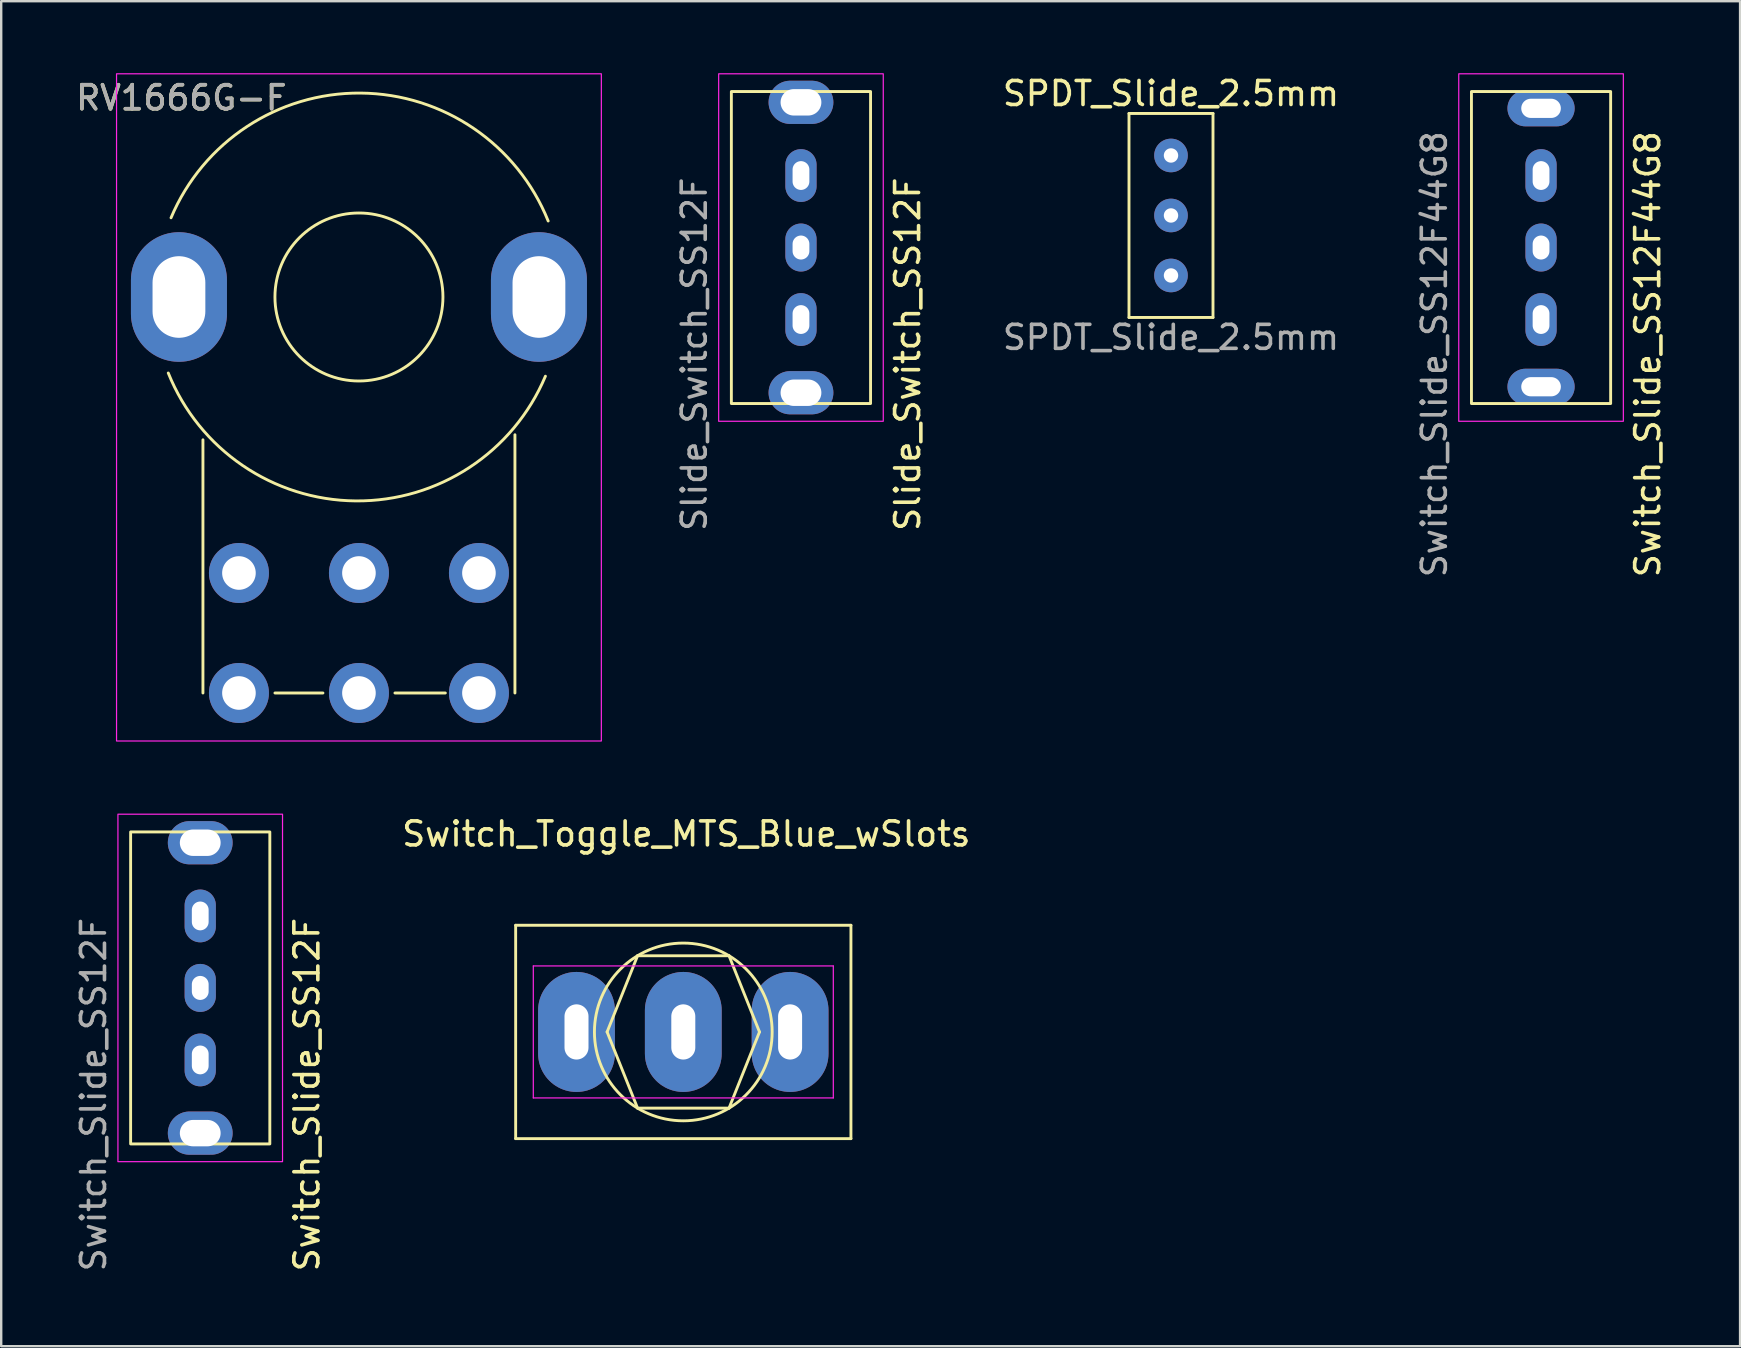
<source format=kicad_pcb>
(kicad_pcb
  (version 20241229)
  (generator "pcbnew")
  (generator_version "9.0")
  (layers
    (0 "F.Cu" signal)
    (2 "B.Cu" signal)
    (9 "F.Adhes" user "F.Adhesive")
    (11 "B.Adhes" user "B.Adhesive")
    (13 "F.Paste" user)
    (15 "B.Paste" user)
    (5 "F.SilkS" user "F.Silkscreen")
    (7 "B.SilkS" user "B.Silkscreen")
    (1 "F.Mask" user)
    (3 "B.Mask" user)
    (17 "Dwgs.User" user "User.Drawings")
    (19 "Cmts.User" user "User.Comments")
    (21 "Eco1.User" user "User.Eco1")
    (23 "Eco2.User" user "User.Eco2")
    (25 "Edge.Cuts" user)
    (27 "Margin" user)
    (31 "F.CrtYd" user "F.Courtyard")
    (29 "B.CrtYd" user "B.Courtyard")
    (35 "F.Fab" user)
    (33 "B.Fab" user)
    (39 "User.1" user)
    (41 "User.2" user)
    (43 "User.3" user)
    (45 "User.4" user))
  (footprint "Switch_Slide_SS12F"
    (layer "F.Cu")
    (at 5.293 38.114)
    (property "Reference" "Switch_Slide_SS12F" (at 4.445 4.445 90) (unlocked yes) (layer "F.SilkS") (effects (font (size 1 1) (thickness 0.15))))
    (attr through_hole)
    (fp_rect (start 2.9 6.5) (end -2.9 -6.5) (stroke (width 0.12) (type solid)) (fill no) (layer "F.SilkS"))
    (fp_rect (start -3.429 -7.239) (end 3.429 7.239) (stroke (width 0.05) (type solid)) (fill no) (layer "F.CrtYd"))
    (fp_text user "${REFERENCE}" (at -4.445 4.445 90) (unlocked yes) (layer "F.Fab") (effects (font (size 1 1) (thickness 0.15))))
    (pad "" np_thru_hole oval (at 0 -6.05) (size 2.7 1.8) (drill oval 1.7 1.1) (layers "*.Cu" "*.Mask"))
    (pad "" np_thru_hole oval (at 0 6.05) (size 2.7 1.8) (drill oval 1.7 1.1) (layers "*.Cu" "*.Mask"))
    (pad "1" thru_hole oval (at 0 -3) (size 1.3 2.2) (drill oval 0.7 1.2) (layers "*.Cu" "*.Mask"))
    (pad "2" thru_hole oval (at 0 0) (size 1.3 2) (drill oval 0.7 1) (layers "*.Cu" "*.Mask"))
    (pad "3" thru_hole oval (at 0 3) (size 1.3 2.2) (drill oval 0.7 1.2) (layers "*.Cu" "*.Mask")))
  (footprint "SPDT_Slide_2.5mm"
    (layer "F.Cu")
    (at 45.742 5.928)
    (property "Reference" "SPDT_Slide_2.5mm" (at 0 -5.08 0) (unlocked yes) (layer "F.SilkS") (effects (font (size 1 1) (thickness 0.15))))
    (attr through_hole)
    (fp_line (start -1.75 -4.25) (end 1.75 -4.25) (stroke (width 0.12) (type solid)) (layer "F.SilkS"))
    (fp_line (start -1.75 4.25) (end -1.75 -4.25) (stroke (width 0.12) (type solid)) (layer "F.SilkS"))
    (fp_line (start -1.75 4.25) (end 1.75 4.25) (stroke (width 0.12) (type solid)) (layer "F.SilkS"))
    (fp_line (start 1.75 4.25) (end 1.75 -4.25) (stroke (width 0.12) (type solid)) (layer "F.SilkS"))
    (fp_text user "${REFERENCE}" (at 0 5.08 0) (unlocked yes) (layer "F.Fab") (effects (font (size 1 1) (thickness 0.15))))
    (pad "1" thru_hole circle (at 0 -2.5) (size 1.4 1.4) (drill 0.6) (layers "*.Cu" "*.Mask"))
    (pad "2" thru_hole circle (at 0 0) (size 1.4 1.4) (drill 0.6) (layers "*.Cu" "*.Mask"))
    (pad "3" thru_hole circle (at 0 2.5) (size 1.4 1.4) (drill 0.6) (layers "*.Cu" "*.Mask")))
  (footprint "Slide_Switch_SS12F"
    (layer "F.Cu")
    (at 30.324 7.264)
    (property "Reference" "Slide_Switch_SS12F" (at 4.445 4.445 90) (unlocked yes) (layer "F.SilkS") (effects (font (size 1 1) (thickness 0.15))))
    (attr through_hole)
    (fp_rect (start 2.9 6.5) (end -2.9 -6.5) (stroke (width 0.12) (type solid)) (fill no) (layer "F.SilkS"))
    (fp_rect (start -3.429 -7.239) (end 3.429 7.239) (stroke (width 0.05) (type solid)) (fill no) (layer "F.CrtYd"))
    (fp_text user "${REFERENCE}" (at -4.445 4.445 90) (unlocked yes) (layer "F.Fab") (effects (font (size 1 1) (thickness 0.15))))
    (pad "" np_thru_hole oval (at 0 -6.05) (size 2.7 1.8) (drill oval 1.7 1.1) (layers "*.Cu" "*.Mask"))
    (pad "" np_thru_hole oval (at 0 6.05) (size 2.7 1.8) (drill oval 1.7 1.1) (layers "*.Cu" "*.Mask"))
    (pad "1" thru_hole oval (at 0 -3) (size 1.3 2.2) (drill oval 0.7 1.2) (layers "*.Cu" "*.Mask"))
    (pad "2" thru_hole oval (at 0 0) (size 1.3 2) (drill oval 0.7 1) (layers "*.Cu" "*.Mask"))
    (pad "3" thru_hole oval (at 0 3) (size 1.3 2.2) (drill oval 0.7 1.2) (layers "*.Cu" "*.Mask")))
  (footprint "RV1666G-F"
    (layer "F.Cu")
    (at 11.906 9.325)
    (property "Reference" "RV1666G-F" (at -7.4 -8.3 0) (unlocked yes) (layer "F.SilkS") (effects (font (size 1 1) (thickness 0.15))))
    (attr through_hole)
    (fp_line (start -6.5 5.95) (end -6.5 16.5) (stroke (width 0.12) (type solid)) (layer "F.SilkS"))
    (fp_line (start -1.5 16.5) (end -3.5 16.5) (stroke (width 0.12) (type solid)) (layer "F.SilkS"))
    (fp_line (start 3.6 16.5) (end 1.5 16.5) (stroke (width 0.12) (type solid)) (layer "F.SilkS"))
    (fp_line (start 6.5 16.5) (end 6.5 5.74) (stroke (width 0.12) (type solid)) (layer "F.SilkS"))
    (fp_arc (start -7.829999 -3.3) (mid 0.072193 -8.496686) (end 7.884942 -3.166476) (stroke (width 0.12) (type solid)) (layer "F.SilkS"))
    (fp_arc (start 7.769999 3.3) (mid -0.132193 8.496686) (end -7.944942 3.166476) (stroke (width 0.12) (type solid)) (layer "F.SilkS"))
    (fp_circle (center 0 0) (end 2.8 -2.1) (stroke (width 0.12) (type solid)) (fill no) (layer "F.SilkS"))
    (fp_rect (start 10.1 18.5) (end -10.1 -9.3) (stroke (width 0.05) (type solid)) (fill no) (layer "F.CrtYd"))
    (fp_text user "${REFERENCE}" (at -7.4 -8.3 0) (unlocked yes) (layer "F.Fab") (effects (font (size 1 1) (thickness 0.15))))
    (pad "" np_thru_hole oval (at -7.5 0 90) (size 5.4 4) (drill oval 3.4 2.2) (layers "*.Cu" "*.Mask"))
    (pad "" np_thru_hole oval (at 7.5 0 90) (size 5.4 4) (drill oval 3.4 2.2) (layers "*.Cu" "*.Mask"))
    (pad "1" thru_hole circle (at 5 11.5) (size 2.5 2.5) (drill 1.4) (layers "*.Cu" "*.Mask"))
    (pad "2" thru_hole circle (at 0 11.5) (size 2.5 2.5) (drill 1.4) (layers "*.Cu" "*.Mask"))
    (pad "3" thru_hole circle (at -5 11.5) (size 2.5 2.5) (drill 1.4) (layers "*.Cu" "*.Mask"))
    (pad "4" thru_hole circle (at 5 16.5) (size 2.5 2.5) (drill 1.4) (layers "*.Cu" "*.Mask"))
    (pad "5" thru_hole circle (at 0 16.5) (size 2.5 2.5) (drill 1.4) (layers "*.Cu" "*.Mask"))
    (pad "6" thru_hole circle (at -5 16.5) (size 2.5 2.5) (drill 1.4) (layers "*.Cu" "*.Mask")))
  (footprint "Switch_Toggle_MTS_Blue_wSlots"
    (layer "F.Cu")
    (at 25.421 39.948)
    (property "Reference" "Switch_Toggle_MTS_Blue_wSlots" (at 0.124 -8.25 0) (layer "F.SilkS") (effects (font (size 1 1) (thickness 0.15))))
    (attr through_hole)
    (fp_line (start -6.985 -4.445) (end 6.985 -4.445) (stroke (width 0.12) (type solid)) (layer "F.SilkS"))
    (fp_line (start -6.985 4.445) (end -6.985 -4.445) (stroke (width 0.12) (type solid)) (layer "F.SilkS"))
    (fp_line (start -3.175 0) (end -1.905 -3.175) (stroke (width 0.12) (type solid)) (layer "F.SilkS"))
    (fp_line (start -1.905 -3.175) (end 1.905 -3.175) (stroke (width 0.12) (type solid)) (layer "F.SilkS"))
    (fp_line (start -1.905 3.175) (end -3.175 0) (stroke (width 0.12) (type solid)) (layer "F.SilkS"))
    (fp_line (start 1.905 -3.175) (end 3.175 0) (stroke (width 0.12) (type solid)) (layer "F.SilkS"))
    (fp_line (start 1.905 3.175) (end -1.905 3.175) (stroke (width 0.12) (type solid)) (layer "F.SilkS"))
    (fp_line (start 3.175 0) (end 1.905 3.175) (stroke (width 0.12) (type solid)) (layer "F.SilkS"))
    (fp_line (start 6.985 -4.445) (end 6.985 4.445) (stroke (width 0.12) (type solid)) (layer "F.SilkS"))
    (fp_line (start 6.985 4.445) (end -6.985 4.445) (stroke (width 0.12) (type solid)) (layer "F.SilkS"))
    (fp_circle (center 0 0) (end 1.905 3.175) (stroke (width 0.12) (type solid)) (fill no) (layer "F.SilkS"))
    (fp_line (start -4.902 -1.422) (end -4.013 -1.422) (stroke (width 0.12) (type solid)) (layer "Eco2.User"))
    (fp_line (start -4.902 1.372) (end -4.902 -1.422) (stroke (width 0.12) (type solid)) (layer "Eco2.User"))
    (fp_line (start -4.013 -1.422) (end -4.013 1.372) (stroke (width 0.12) (type solid)) (layer "Eco2.User"))
    (fp_line (start -4.013 1.372) (end -4.902 1.372) (stroke (width 0.12) (type solid)) (layer "Eco2.User"))
    (fp_line (start -0.457 -1.422) (end 0.432 -1.422) (stroke (width 0.12) (type solid)) (layer "Eco2.User"))
    (fp_line (start -0.457 1.372) (end -0.457 -1.422) (stroke (width 0.12) (type solid)) (layer "Eco2.User"))
    (fp_line (start 0.432 -1.422) (end 0.432 1.372) (stroke (width 0.12) (type solid)) (layer "Eco2.User"))
    (fp_line (start 0.432 1.372) (end -0.457 1.372) (stroke (width 0.12) (type solid)) (layer "Eco2.User"))
    (fp_line (start 4.013 -1.422) (end 4.877 -1.422) (stroke (width 0.12) (type solid)) (layer "Eco2.User"))
    (fp_line (start 4.013 1.372) (end 4.013 -1.422) (stroke (width 0.12) (type solid)) (layer "Eco2.User"))
    (fp_line (start 4.877 -1.422) (end 4.902 1.372) (stroke (width 0.12) (type solid)) (layer "Eco2.User"))
    (fp_line (start 4.902 1.372) (end 4.013 1.372) (stroke (width 0.12) (type solid)) (layer "Eco2.User"))
    (fp_line (start -6.25 -2.75) (end 6.25 -2.75) (stroke (width 0.05) (type solid)) (layer "F.CrtYd"))
    (fp_line (start -6.25 2.75) (end -6.25 -2.75) (stroke (width 0.05) (type solid)) (layer "F.CrtYd"))
    (fp_line (start 6.25 -2.75) (end 6.25 2.75) (stroke (width 0.05) (type solid)) (layer "F.CrtYd"))
    (fp_line (start 6.25 2.75) (end -6.25 2.75) (stroke (width 0.05) (type solid)) (layer "F.CrtYd"))
    (pad "1" thru_hole oval (at -4.45 0) (size 3.2 5) (drill oval 1 2.3) (layers "*.Cu"))
    (pad "2" thru_hole oval (at 0 0) (size 3.2 5) (drill oval 1 2.3) (layers "*.Cu"))
    (pad "3" thru_hole oval (at 4.45 0) (size 3.2 5) (drill oval 1 2.3) (layers "*.Cu")))
  (footprint "Switch_Slide_SS12F44G8"
    (layer "F.Cu")
    (at 61.161 7.264)
    (property "Reference" "Switch_Slide_SS12F44G8" (at 4.445 4.445 90) (unlocked yes) (layer "F.SilkS") (effects (font (size 1 1) (thickness 0.15))))
    (attr through_hole)
    (fp_rect (start 2.9 6.5) (end -2.9 -6.5) (stroke (width 0.12) (type solid)) (fill no) (layer "F.SilkS"))
    (fp_rect (start -3.429 -7.239) (end 3.429 7.239) (stroke (width 0.05) (type solid)) (fill no) (layer "F.CrtYd"))
    (fp_text user "${REFERENCE}" (at -4.445 4.445 90) (unlocked yes) (layer "F.Fab") (effects (font (size 1 1) (thickness 0.15))))
    (pad "" np_thru_hole oval (at 0 -5.8) (size 2.8 1.5) (drill oval 1.65 0.8) (layers "*.Cu" "*.Mask"))
    (pad "" np_thru_hole oval (at 0 5.8) (size 2.8 1.5) (drill oval 1.65 0.8) (layers "*.Cu" "*.Mask"))
    (pad "1" thru_hole oval (at 0 -3) (size 1.3 2.2) (drill oval 0.7 1.2) (layers "*.Cu" "*.Mask"))
    (pad "2" thru_hole oval (at 0 0) (size 1.3 2) (drill oval 0.7 1) (layers "*.Cu" "*.Mask"))
    (pad "3" thru_hole oval (at 0 3) (size 1.3 2.2) (drill oval 0.7 1.2) (layers "*.Cu" "*.Mask")))
  (gr_rect
    (start -3 -3)
    (end 69.454 53.041)
    (stroke (width 0.1) (type default))
    (fill no)
    (layer "Edge.Cuts")))
</source>
